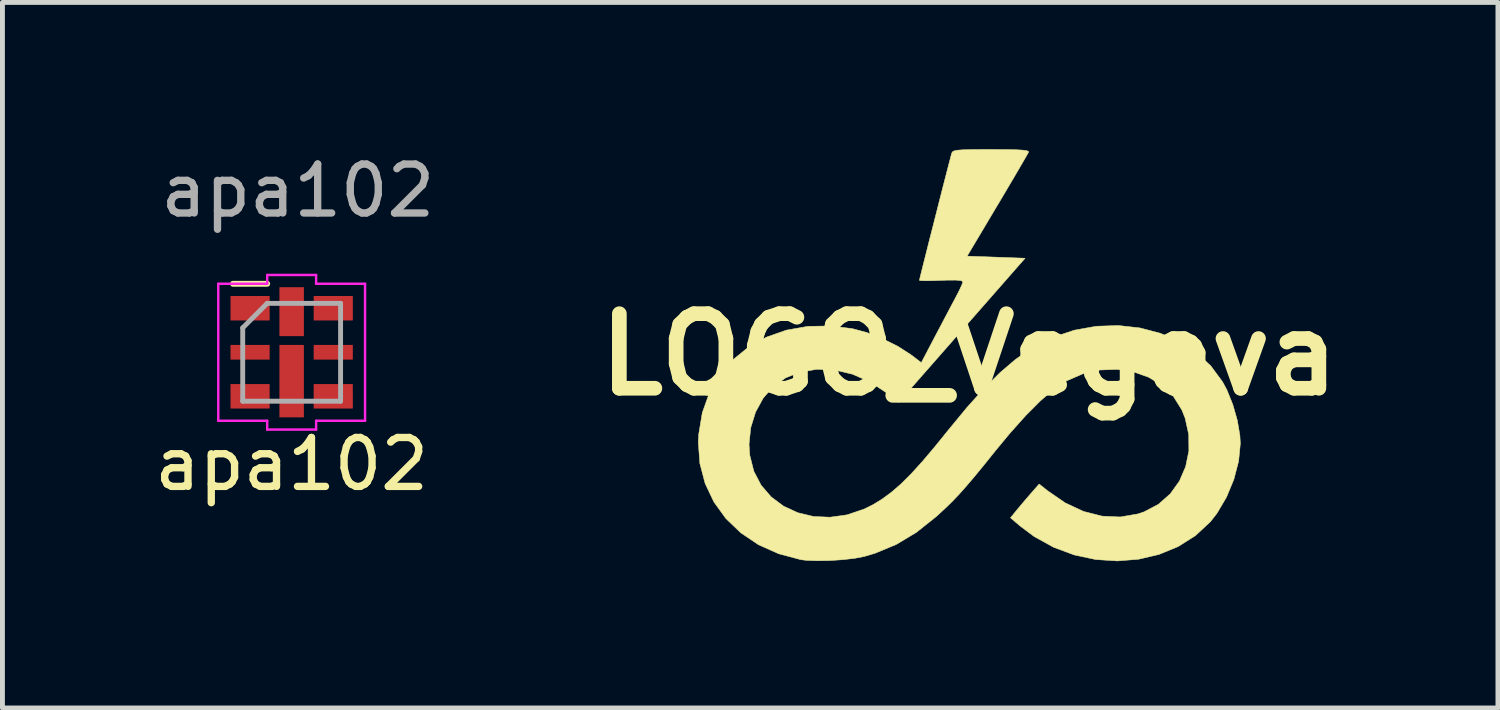
<source format=kicad_pcb>
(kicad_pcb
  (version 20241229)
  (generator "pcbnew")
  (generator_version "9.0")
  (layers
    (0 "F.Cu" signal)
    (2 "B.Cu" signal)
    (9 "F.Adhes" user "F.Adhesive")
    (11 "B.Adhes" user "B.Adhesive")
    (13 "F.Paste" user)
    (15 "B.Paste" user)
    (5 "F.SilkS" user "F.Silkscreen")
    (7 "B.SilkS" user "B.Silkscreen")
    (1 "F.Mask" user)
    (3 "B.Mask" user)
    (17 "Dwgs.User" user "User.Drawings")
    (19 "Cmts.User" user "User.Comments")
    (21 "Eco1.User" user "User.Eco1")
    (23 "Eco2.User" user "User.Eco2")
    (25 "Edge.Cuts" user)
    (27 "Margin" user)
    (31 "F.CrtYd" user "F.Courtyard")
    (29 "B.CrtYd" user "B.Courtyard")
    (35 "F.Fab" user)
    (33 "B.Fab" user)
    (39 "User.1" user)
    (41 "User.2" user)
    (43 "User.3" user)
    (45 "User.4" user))
  (footprint "apa102"
    (layer "F.Cu")
    (at 2.911 4.15)
    (property "Reference" "apa102" (at 0 2.286 0) (layer "F.SilkS") (effects (font (size 1 1) (thickness 0.15))))
    (attr smd)
    (fp_line (start -1.2 -1.4) (end -0.5 -1.4) (stroke (width 0.12) (type solid)) (layer "F.SilkS"))
    (fp_line (start -1.5 -1.4) (end -1.5 1.4) (stroke (width 0.05) (type solid)) (layer "F.CrtYd"))
    (fp_line (start -1.5 -1.4) (end -0.5 -1.4) (stroke (width 0.05) (type solid)) (layer "F.CrtYd"))
    (fp_line (start -0.5 -1.58) (end 0.5 -1.58) (stroke (width 0.05) (type solid)) (layer "F.CrtYd"))
    (fp_line (start -0.5 -1.4) (end -0.5 -1.58) (stroke (width 0.05) (type solid)) (layer "F.CrtYd"))
    (fp_line (start -0.5 1.4) (end -1.5 1.4) (stroke (width 0.05) (type solid)) (layer "F.CrtYd"))
    (fp_line (start -0.5 1.4) (end -0.5 1.58) (stroke (width 0.05) (type solid)) (layer "F.CrtYd"))
    (fp_line (start -0.5 1.58) (end 0.5 1.58) (stroke (width 0.05) (type solid)) (layer "F.CrtYd"))
    (fp_line (start 0.5 -1.58) (end 0.5 -1.4) (stroke (width 0.05) (type solid)) (layer "F.CrtYd"))
    (fp_line (start 0.5 -1.4) (end 1.5 -1.4) (stroke (width 0.05) (type solid)) (layer "F.CrtYd"))
    (fp_line (start 0.5 1.58) (end 0.5 1.4) (stroke (width 0.05) (type solid)) (layer "F.CrtYd"))
    (fp_line (start 1.5 -1.4) (end 1.5 1.4) (stroke (width 0.05) (type solid)) (layer "F.CrtYd"))
    (fp_line (start 1.5 1.4) (end 0.5 1.4) (stroke (width 0.05) (type solid)) (layer "F.CrtYd"))
    (fp_line (start -1 1) (end -1 -0.5) (stroke (width 0.1) (type solid)) (layer "F.Fab"))
    (fp_line (start -0.5 -1) (end -1 -0.5) (stroke (width 0.1) (type solid)) (layer "F.Fab"))
    (fp_line (start -0.5 -1) (end 1 -1) (stroke (width 0.1) (type solid)) (layer "F.Fab"))
    (fp_line (start 1 -1) (end 1 1) (stroke (width 0.1) (type solid)) (layer "F.Fab"))
    (fp_line (start 1 1) (end -1 1) (stroke (width 0.1) (type solid)) (layer "F.Fab"))
    (fp_text user "${REFERENCE}" (at 0.127 -3.302 0) (layer "F.Fab") (effects (font (size 1 1) (thickness 0.15))))
    (pad "CLK_IN" smd rect (at -0.85 0) (size 0.8 0.3) (layers "F.Cu" "F.Mask" "F.Paste"))
    (pad "CLK_OUT" smd rect (at 0.85 0) (size 0.8 0.3) (layers "F.Cu" "F.Mask" "F.Paste"))
    (pad "DATA_IN" smd rect (at -0.85 0.9) (size 0.8 0.5) (layers "F.Cu" "F.Mask" "F.Paste"))
    (pad "DATA_OUT" smd rect (at 0.85 0.9) (size 0.8 0.5) (layers "F.Cu" "F.Mask" "F.Paste"))
    (pad "GND" smd rect (at -0.85 -0.9) (size 0.8 0.5) (layers "F.Cu" "F.Mask" "F.Paste"))
    (pad "GND" smd rect (at 0 0.59 90) (size 1.48 0.5) (layers "F.Cu" "F.Mask" "F.Paste"))
    (pad "VDD" smd rect (at 0 -0.83 90) (size 1 0.5) (layers "F.Cu" "F.Mask" "F.Paste"))
    (pad "VDD" smd rect (at 0.85 -0.9) (size 0.8 0.5) (layers "F.Cu" "F.Mask" "F.Paste")))
  (footprint "LOGO_Vegova"
    (layer "F.Cu")
    (at 16.757 4.196)
    (property "Reference" "LOGO_Vegova" (at 0 0 0) (layer "F.SilkS") (effects (font (size 1.524 1.524) (thickness 0.3))))
    (attr through_hole)
    (fp_poly (pts (xy 0.739 -4.19) (xy 0.949 -4.186) (xy 1.093 -4.178) (xy 1.178 -4.167) (xy 1.214 -4.15) (xy 1.216 -4.138) (xy 1.189 -4.089) (xy 1.125 -3.977) (xy 1.029 -3.812) (xy 0.907 -3.604) (xy 0.764 -3.362) (xy 0.606 -3.095) (xy 0.577 -3.048) (xy -0.04 -2.011) (xy 0.552 -1.99) (xy 1.144 -1.968) (xy -0.01 -0.652) (xy -0.264 -0.363) (xy -0.506 -0.087) (xy -0.728 0.166) (xy -0.924 0.389) (xy -1.087 0.575) (xy -1.21 0.715) (xy -1.286 0.802) (xy -1.301 0.82) (xy -1.439 0.976) (xy -1.659 0.802) (xy -2.013 0.566) (xy -2.38 0.403) (xy -2.752 0.314) (xy -3.119 0.302) (xy -3.474 0.366) (xy -3.749 0.477) (xy -4 0.653) (xy -4.208 0.891) (xy -4.364 1.176) (xy -4.463 1.495) (xy -4.498 1.833) (xy -4.483 2.057) (xy -4.4 2.385) (xy -4.251 2.671) (xy -4.045 2.91) (xy -3.792 3.099) (xy -3.501 3.233) (xy -3.181 3.31) (xy -2.842 3.325) (xy -2.492 3.276) (xy -2.141 3.157) (xy -1.965 3.069) (xy -1.774 2.952) (xy -1.586 2.813) (xy -1.393 2.646) (xy -1.186 2.44) (xy -0.957 2.188) (xy -0.698 1.882) (xy -0.423 1.542) (xy -0.044 1.082) (xy 0.306 0.693) (xy 0.634 0.368) (xy 0.947 0.101) (xy 1.252 -0.113) (xy 1.555 -0.282) (xy 1.7 -0.347) (xy 2.147 -0.497) (xy 2.601 -0.578) (xy 3.052 -0.593) (xy 3.49 -0.544) (xy 3.907 -0.435) (xy 4.294 -0.267) (xy 4.641 -0.045) (xy 4.939 0.231) (xy 5.179 0.556) (xy 5.27 0.725) (xy 5.391 1.026) (xy 5.482 1.346) (xy 5.534 1.651) (xy 5.544 1.82) (xy 5.509 2.177) (xy 5.412 2.551) (xy 5.261 2.915) (xy 5.067 3.244) (xy 4.935 3.414) (xy 4.627 3.701) (xy 4.273 3.925) (xy 3.882 4.086) (xy 3.464 4.184) (xy 3.03 4.219) (xy 2.589 4.19) (xy 2.151 4.097) (xy 1.728 3.94) (xy 1.328 3.719) (xy 1.04 3.503) (xy 0.846 3.337) (xy 0.972 3.182) (xy 1.076 3.058) (xy 1.199 2.913) (xy 1.265 2.837) (xy 1.432 2.647) (xy 1.601 2.782) (xy 1.966 3.033) (xy 2.34 3.207) (xy 2.717 3.303) (xy 3.09 3.32) (xy 3.453 3.257) (xy 3.575 3.216) (xy 3.868 3.062) (xy 4.11 2.849) (xy 4.298 2.588) (xy 4.426 2.291) (xy 4.492 1.97) (xy 4.489 1.635) (xy 4.415 1.3) (xy 4.349 1.134) (xy 4.177 0.858) (xy 3.947 0.634) (xy 3.671 0.465) (xy 3.36 0.354) (xy 3.025 0.304) (xy 2.676 0.316) (xy 2.326 0.394) (xy 1.986 0.541) (xy 1.952 0.56) (xy 1.721 0.719) (xy 1.454 0.95) (xy 1.156 1.249) (xy 0.831 1.613) (xy 0.537 1.968) (xy 0.301 2.262) (xy 0.106 2.499) (xy -0.059 2.693) (xy -0.203 2.855) (xy -0.338 2.997) (xy -0.474 3.13) (xy -0.621 3.266) (xy -0.674 3.314) (xy -1.079 3.636) (xy -1.491 3.883) (xy -1.927 4.064) (xy -2.145 4.128) (xy -2.338 4.165) (xy -2.581 4.193) (xy -2.846 4.211) (xy -3.103 4.215) (xy -3.324 4.207) (xy -3.439 4.193) (xy -3.895 4.071) (xy -4.306 3.887) (xy -4.667 3.644) (xy -4.972 3.351) (xy -5.216 3.013) (xy -5.395 2.636) (xy -5.503 2.226) (xy -5.535 1.791) (xy -5.527 1.635) (xy -5.453 1.189) (xy -5.308 0.783) (xy -5.098 0.422) (xy -4.83 0.109) (xy -4.509 -0.152) (xy -4.143 -0.355) (xy -3.736 -0.498) (xy -3.294 -0.576) (xy -2.825 -0.584) (xy -2.385 -0.529) (xy -2.087 -0.449) (xy -1.766 -0.323) (xy -1.456 -0.168) (xy -1.193 0.001) (xy -1.176 0.013) (xy -0.977 0.166) (xy -0.695 -0.372) (xy -0.578 -0.593) (xy -0.462 -0.814) (xy -0.358 -1.011) (xy -0.279 -1.159) (xy -0.27 -1.176) (xy -0.199 -1.314) (xy -0.148 -1.425) (xy -0.127 -1.487) (xy -0.127 -1.489) (xy -0.162 -1.51) (xy -0.271 -1.521) (xy -0.457 -1.52) (xy -0.572 -1.515) (xy -0.754 -1.509) (xy -0.9 -1.508) (xy -0.992 -1.511) (xy -1.016 -1.517) (xy -1.006 -1.561) (xy -0.978 -1.675) (xy -0.935 -1.847) (xy -0.88 -2.065) (xy -0.817 -2.317) (xy -0.747 -2.59) (xy -0.675 -2.873) (xy -0.604 -3.154) (xy -0.536 -3.421) (xy -0.474 -3.661) (xy -0.422 -3.863) (xy -0.382 -4.015) (xy -0.359 -4.104) (xy -0.355 -4.117) (xy -0.34 -4.143) (xy -0.307 -4.162) (xy -0.243 -4.176) (xy -0.137 -4.184) (xy 0.023 -4.189) (xy 0.247 -4.191) (xy 0.452 -4.191) (xy 0.739 -4.19)) (stroke (width 0.01) (type solid)) (fill yes) (layer "F.SilkS")))
  (gr_rect
    (start -3 -3)
    (end 27.566 11.42)
    (stroke (width 0.1) (type default))
    (fill no)
    (layer "Edge.Cuts")))
</source>
